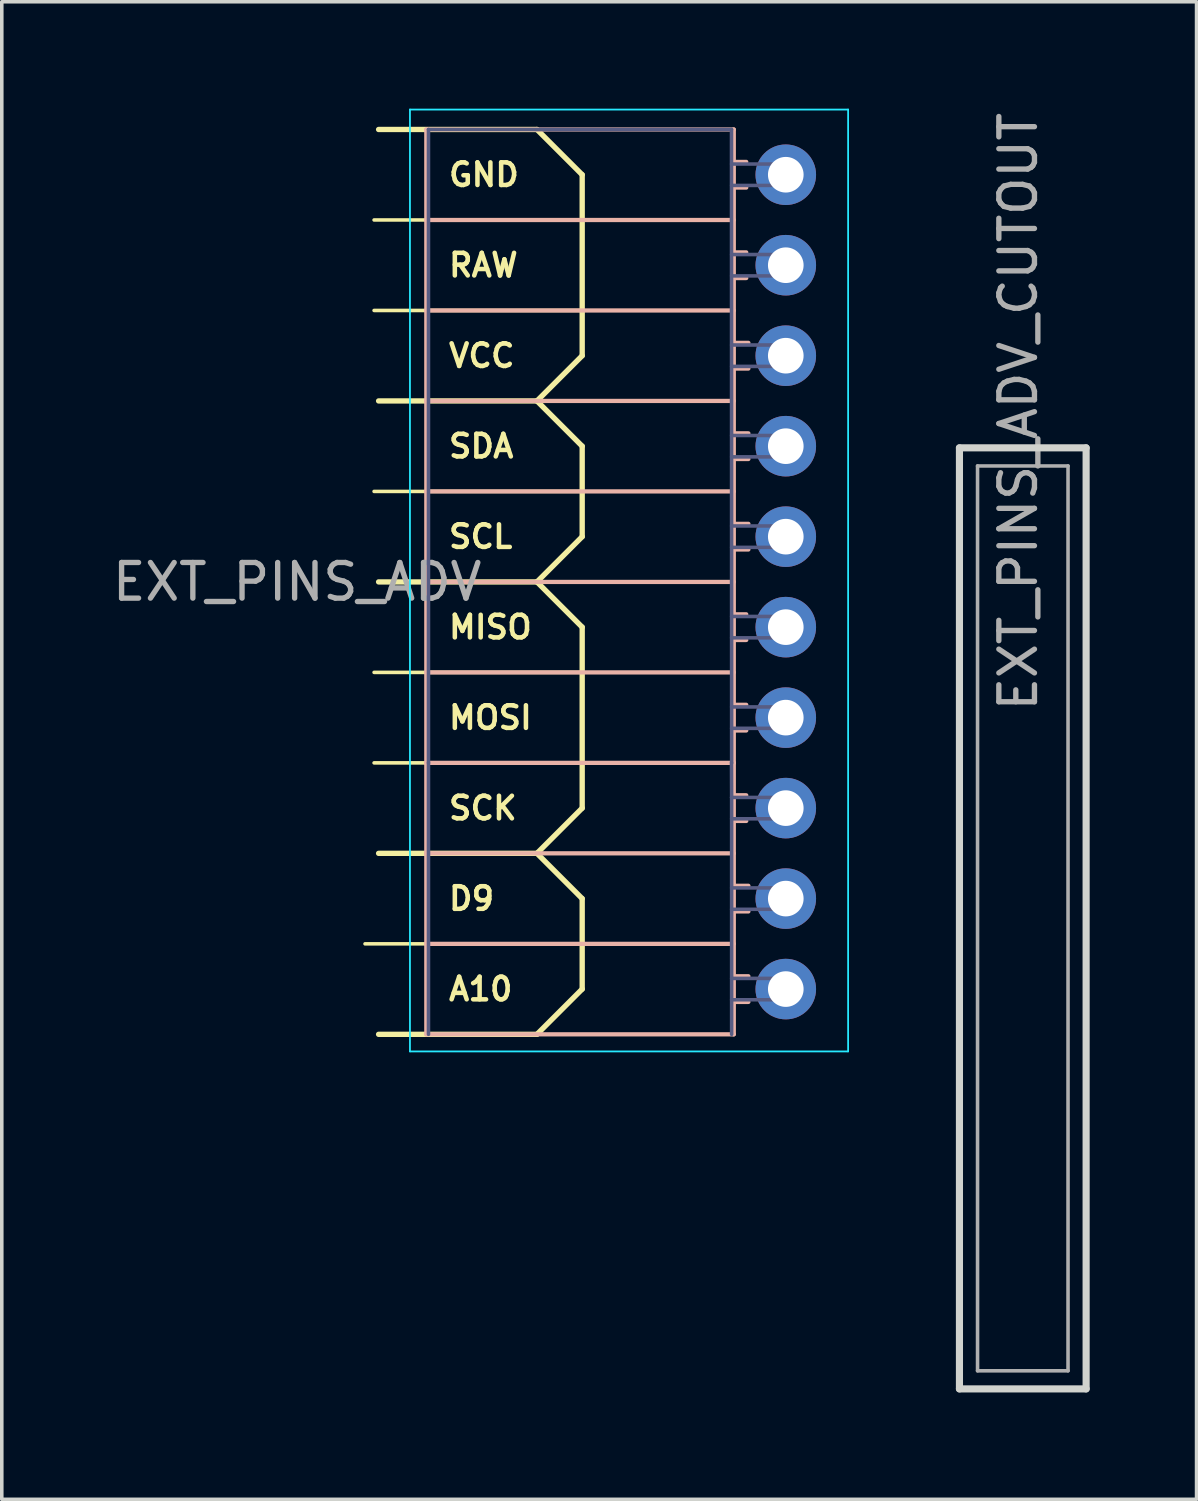
<source format=kicad_pcb>
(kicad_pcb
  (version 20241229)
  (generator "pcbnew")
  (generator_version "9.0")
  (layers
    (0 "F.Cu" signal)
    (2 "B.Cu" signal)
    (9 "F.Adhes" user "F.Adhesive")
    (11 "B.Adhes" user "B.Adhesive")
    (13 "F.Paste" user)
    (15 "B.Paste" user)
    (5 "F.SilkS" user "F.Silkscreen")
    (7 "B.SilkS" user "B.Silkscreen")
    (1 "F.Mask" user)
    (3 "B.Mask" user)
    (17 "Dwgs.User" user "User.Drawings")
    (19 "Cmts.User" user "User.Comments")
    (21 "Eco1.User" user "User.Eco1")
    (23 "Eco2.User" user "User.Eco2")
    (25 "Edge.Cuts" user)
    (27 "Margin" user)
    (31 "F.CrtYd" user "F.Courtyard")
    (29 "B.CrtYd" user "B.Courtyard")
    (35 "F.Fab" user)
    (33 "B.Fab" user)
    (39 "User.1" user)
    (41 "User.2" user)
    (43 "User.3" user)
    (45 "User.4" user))
  (footprint "EXT_PINS_ADV_CUTOUT"
    (layer "F.Cu")
    (at 25.661 22.73)
    (property "Reference" "EXT_PINS_ADV_CUTOUT" (at -0.127 -14.224 90) (layer "F.Fab") (effects (font (size 1 1) (thickness 0.15))))
    (attr through_hole)
    (fp_line (start -1.778 -13.208) (end 1.778 -13.208) (stroke (width 0.2) (type solid)) (layer "Eco1.User"))
    (fp_line (start -1.778 13.208) (end -1.778 -13.208) (stroke (width 0.2) (type solid)) (layer "Eco1.User"))
    (fp_line (start 1.778 -13.208) (end 1.778 13.208) (stroke (width 0.2) (type solid)) (layer "Eco1.User"))
    (fp_line (start 1.778 13.208) (end -1.778 13.208) (stroke (width 0.2) (type solid)) (layer "Eco1.User"))
    (fp_line (start -1.778 -13.208) (end 1.778 -13.208) (stroke (width 0.2) (type solid)) (layer "Edge.Cuts"))
    (fp_line (start -1.778 13.208) (end -1.778 -13.208) (stroke (width 0.2) (type solid)) (layer "Edge.Cuts"))
    (fp_line (start 1.778 -13.208) (end 1.778 13.208) (stroke (width 0.2) (type solid)) (layer "Edge.Cuts"))
    (fp_line (start 1.778 13.208) (end -1.778 13.208) (stroke (width 0.2) (type solid)) (layer "Edge.Cuts"))
    (fp_line (start -1.27 -12.7) (end -1.27 12.7) (stroke (width 0.1) (type solid)) (layer "F.Fab"))
    (fp_line (start -1.27 -12.7) (end 1.27 -12.7) (stroke (width 0.1) (type solid)) (layer "F.Fab"))
    (fp_line (start 1.27 -12.7) (end 1.27 12.7) (stroke (width 0.1) (type solid)) (layer "F.Fab"))
    (fp_line (start 1.27 12.7) (end -1.27 12.7) (stroke (width 0.1) (type solid)) (layer "F.Fab")))
  (footprint "EXT_PINS_ADV"
    (layer "F.Cu")
    (at 10.372 13.285)
    (property "Reference" "EXT_PINS_ADV" (at -5.08 0 180) (layer "F.Fab") (effects (font (size 1 1) (thickness 0.15))))
    (attr through_hole)
    (fp_line (start 1.651 -12.7) (end -2.794 -12.7) (stroke (width 0.15) (type solid)) (layer "F.SilkS"))
    (fp_line (start 1.651 -12.7) (end 2.921 -11.43) (stroke (width 0.15) (type solid)) (layer "F.SilkS"))
    (fp_line (start 1.651 -5.08) (end -2.794 -5.08) (stroke (width 0.15) (type solid)) (layer "F.SilkS"))
    (fp_line (start 1.651 -5.08) (end 2.921 -6.35) (stroke (width 0.15) (type solid)) (layer "F.SilkS"))
    (fp_line (start 1.651 -5.08) (end 2.921 -3.81) (stroke (width 0.15) (type solid)) (layer "F.SilkS"))
    (fp_line (start 1.651 0) (end -2.794 0) (stroke (width 0.15) (type solid)) (layer "F.SilkS"))
    (fp_line (start 1.651 0) (end 2.921 -1.27) (stroke (width 0.15) (type solid)) (layer "F.SilkS"))
    (fp_line (start 1.651 0) (end 2.921 1.27) (stroke (width 0.15) (type solid)) (layer "F.SilkS"))
    (fp_line (start 1.651 7.62) (end -2.794 7.62) (stroke (width 0.15) (type solid)) (layer "F.SilkS"))
    (fp_line (start 1.651 7.62) (end 2.921 6.35) (stroke (width 0.15) (type solid)) (layer "F.SilkS"))
    (fp_line (start 1.651 7.62) (end 2.921 8.89) (stroke (width 0.15) (type solid)) (layer "F.SilkS"))
    (fp_line (start 1.651 12.7) (end -2.794 12.7) (stroke (width 0.15) (type solid)) (layer "F.SilkS"))
    (fp_line (start 1.651 12.7) (end 2.921 11.43) (stroke (width 0.15) (type solid)) (layer "F.SilkS"))
    (fp_line (start 2.921 -10.16) (end -2.921 -10.16) (stroke (width 0.1) (type solid)) (layer "F.SilkS"))
    (fp_line (start 2.921 -7.62) (end -2.921 -7.62) (stroke (width 0.1) (type solid)) (layer "F.SilkS"))
    (fp_line (start 2.921 -6.35) (end 2.921 -11.43) (stroke (width 0.15) (type solid)) (layer "F.SilkS"))
    (fp_line (start 2.921 -2.54) (end -2.921 -2.54) (stroke (width 0.1) (type solid)) (layer "F.SilkS"))
    (fp_line (start 2.921 -1.27) (end 2.921 -3.81) (stroke (width 0.15) (type solid)) (layer "F.SilkS"))
    (fp_line (start 2.921 2.54) (end -2.921 2.54) (stroke (width 0.1) (type solid)) (layer "F.SilkS"))
    (fp_line (start 2.921 5.08) (end -2.921 5.08) (stroke (width 0.1) (type solid)) (layer "F.SilkS"))
    (fp_line (start 2.921 6.35) (end 2.921 1.27) (stroke (width 0.15) (type solid)) (layer "F.SilkS"))
    (fp_line (start 2.921 10.16) (end -3.175 10.16) (stroke (width 0.1) (type solid)) (layer "F.SilkS"))
    (fp_line (start 2.921 11.43) (end 2.921 8.89) (stroke (width 0.15) (type solid)) (layer "F.SilkS"))
    (fp_line (start -1.454 -12.7) (end 7.176 -12.7) (stroke (width 0.12) (type solid)) (layer "B.SilkS"))
    (fp_line (start -1.454 -10.16) (end 7.176 -10.16) (stroke (width 0.12) (type solid)) (layer "B.SilkS"))
    (fp_line (start -1.454 -7.62) (end 7.176 -7.62) (stroke (width 0.12) (type solid)) (layer "B.SilkS"))
    (fp_line (start -1.454 -5.08) (end 7.176 -5.08) (stroke (width 0.12) (type solid)) (layer "B.SilkS"))
    (fp_line (start -1.454 -2.54) (end 7.176 -2.54) (stroke (width 0.12) (type solid)) (layer "B.SilkS"))
    (fp_line (start -1.454 0) (end 7.176 0) (stroke (width 0.12) (type solid)) (layer "B.SilkS"))
    (fp_line (start -1.454 2.54) (end 7.176 2.54) (stroke (width 0.12) (type solid)) (layer "B.SilkS"))
    (fp_line (start -1.454 5.08) (end -1.454 -12.7) (stroke (width 0.12) (type solid)) (layer "B.SilkS"))
    (fp_line (start -1.454 5.08) (end 7.176 5.08) (stroke (width 0.12) (type solid)) (layer "B.SilkS"))
    (fp_line (start -1.454 7.62) (end 7.176 7.62) (stroke (width 0.12) (type solid)) (layer "B.SilkS"))
    (fp_line (start -1.454 10.16) (end 7.176 10.16) (stroke (width 0.12) (type solid)) (layer "B.SilkS"))
    (fp_line (start -1.454 12.7) (end -1.454 5.08) (stroke (width 0.12) (type solid)) (layer "B.SilkS"))
    (fp_line (start -1.454 12.7) (end 7.176 12.7) (stroke (width 0.12) (type solid)) (layer "B.SilkS"))
    (fp_line (start 7.176 -11.79) (end 7.526 -11.79) (stroke (width 0.12) (type solid)) (layer "B.SilkS"))
    (fp_line (start 7.176 -11.07) (end 7.526 -11.07) (stroke (width 0.12) (type solid)) (layer "B.SilkS"))
    (fp_line (start 7.176 -9.25) (end 7.526 -9.25) (stroke (width 0.12) (type solid)) (layer "B.SilkS"))
    (fp_line (start 7.176 -8.53) (end 7.526 -8.53) (stroke (width 0.12) (type solid)) (layer "B.SilkS"))
    (fp_line (start 7.176 -6.71) (end 7.586 -6.71) (stroke (width 0.12) (type solid)) (layer "B.SilkS"))
    (fp_line (start 7.176 -5.99) (end 7.586 -5.99) (stroke (width 0.12) (type solid)) (layer "B.SilkS"))
    (fp_line (start 7.176 -4.17) (end 7.586 -4.17) (stroke (width 0.12) (type solid)) (layer "B.SilkS"))
    (fp_line (start 7.176 -3.45) (end 7.586 -3.45) (stroke (width 0.12) (type solid)) (layer "B.SilkS"))
    (fp_line (start 7.176 -1.63) (end 7.586 -1.63) (stroke (width 0.12) (type solid)) (layer "B.SilkS"))
    (fp_line (start 7.176 -0.91) (end 7.586 -0.91) (stroke (width 0.12) (type solid)) (layer "B.SilkS"))
    (fp_line (start 7.176 0.91) (end 7.526 0.91) (stroke (width 0.12) (type solid)) (layer "B.SilkS"))
    (fp_line (start 7.176 1.63) (end 7.526 1.63) (stroke (width 0.12) (type solid)) (layer "B.SilkS"))
    (fp_line (start 7.176 3.45) (end 7.526 3.45) (stroke (width 0.12) (type solid)) (layer "B.SilkS"))
    (fp_line (start 7.176 4.17) (end 7.526 4.17) (stroke (width 0.12) (type solid)) (layer "B.SilkS"))
    (fp_line (start 7.176 5.08) (end 7.176 -12.7) (stroke (width 0.12) (type solid)) (layer "B.SilkS"))
    (fp_line (start 7.176 5.99) (end 7.526 5.99) (stroke (width 0.12) (type solid)) (layer "B.SilkS"))
    (fp_line (start 7.176 6.71) (end 7.526 6.71) (stroke (width 0.12) (type solid)) (layer "B.SilkS"))
    (fp_line (start 7.176 8.53) (end 7.586 8.53) (stroke (width 0.12) (type solid)) (layer "B.SilkS"))
    (fp_line (start 7.176 9.25) (end 7.586 9.25) (stroke (width 0.12) (type solid)) (layer "B.SilkS"))
    (fp_line (start 7.176 11.07) (end 7.586 11.07) (stroke (width 0.12) (type solid)) (layer "B.SilkS"))
    (fp_line (start 7.176 11.79) (end 7.586 11.79) (stroke (width 0.12) (type solid)) (layer "B.SilkS"))
    (fp_line (start 7.176 12.7) (end 7.176 5.08) (stroke (width 0.12) (type solid)) (layer "B.SilkS"))
    (fp_line (start -1.914 -13.26) (end 10.386 -13.26) (stroke (width 0.05) (type solid)) (layer "B.CrtYd"))
    (fp_line (start -1.914 13.18) (end -1.914 -13.26) (stroke (width 0.05) (type solid)) (layer "B.CrtYd"))
    (fp_line (start 10.386 -13.26) (end 10.386 13.18) (stroke (width 0.05) (type solid)) (layer "B.CrtYd"))
    (fp_line (start 10.386 13.18) (end -1.914 13.18) (stroke (width 0.05) (type solid)) (layer "B.CrtYd"))
    (fp_line (start -1.394 -12.7) (end -1.394 5.08) (stroke (width 0.1) (type solid)) (layer "B.Fab"))
    (fp_line (start -1.394 -12.7) (end 7.112 -12.7) (stroke (width 0.1) (type solid)) (layer "B.Fab"))
    (fp_line (start -1.394 5.08) (end -1.394 12.7) (stroke (width 0.1) (type solid)) (layer "B.Fab"))
    (fp_line (start 7.112 5.08) (end 7.116 6.05) (stroke (width 0.1) (type solid)) (layer "B.Fab"))
    (fp_line (start 7.116 -11.73) (end 8.636 -11.73) (stroke (width 0.1) (type solid)) (layer "B.Fab"))
    (fp_line (start 7.116 -9.19) (end 8.636 -9.19) (stroke (width 0.1) (type solid)) (layer "B.Fab"))
    (fp_line (start 7.116 -6.65) (end 8.636 -6.65) (stroke (width 0.1) (type solid)) (layer "B.Fab"))
    (fp_line (start 7.116 -4.11) (end 8.636 -4.11) (stroke (width 0.1) (type solid)) (layer "B.Fab"))
    (fp_line (start 7.116 -1.57) (end 8.636 -1.57) (stroke (width 0.1) (type solid)) (layer "B.Fab"))
    (fp_line (start 7.116 0.97) (end 8.636 0.97) (stroke (width 0.1) (type solid)) (layer "B.Fab"))
    (fp_line (start 7.116 3.51) (end 8.636 3.51) (stroke (width 0.1) (type solid)) (layer "B.Fab"))
    (fp_line (start 7.116 5.08) (end 7.112 -12.7) (stroke (width 0.1) (type solid)) (layer "B.Fab"))
    (fp_line (start 7.116 6.05) (end 8.636 6.05) (stroke (width 0.1) (type solid)) (layer "B.Fab"))
    (fp_line (start 7.116 8.59) (end 8.636 8.59) (stroke (width 0.1) (type solid)) (layer "B.Fab"))
    (fp_line (start 7.116 11.13) (end 8.636 11.13) (stroke (width 0.1) (type solid)) (layer "B.Fab"))
    (fp_line (start 7.116 12.7) (end 7.116 6.05) (stroke (width 0.1) (type solid)) (layer "B.Fab"))
    (fp_line (start 8.636 -11.73) (end 8.636 -11.13) (stroke (width 0.1) (type solid)) (layer "B.Fab"))
    (fp_line (start 8.636 -11.13) (end 7.116 -11.13) (stroke (width 0.1) (type solid)) (layer "B.Fab"))
    (fp_line (start 8.636 -9.19) (end 8.636 -8.59) (stroke (width 0.1) (type solid)) (layer "B.Fab"))
    (fp_line (start 8.636 -8.59) (end 7.116 -8.59) (stroke (width 0.1) (type solid)) (layer "B.Fab"))
    (fp_line (start 8.636 -6.65) (end 8.636 -6.05) (stroke (width 0.1) (type solid)) (layer "B.Fab"))
    (fp_line (start 8.636 -6.05) (end 7.116 -6.05) (stroke (width 0.1) (type solid)) (layer "B.Fab"))
    (fp_line (start 8.636 -4.11) (end 8.636 -3.51) (stroke (width 0.1) (type solid)) (layer "B.Fab"))
    (fp_line (start 8.636 -3.51) (end 7.116 -3.51) (stroke (width 0.1) (type solid)) (layer "B.Fab"))
    (fp_line (start 8.636 -1.57) (end 8.636 -0.97) (stroke (width 0.1) (type solid)) (layer "B.Fab"))
    (fp_line (start 8.636 -0.97) (end 7.116 -0.97) (stroke (width 0.1) (type solid)) (layer "B.Fab"))
    (fp_line (start 8.636 0.97) (end 8.636 1.57) (stroke (width 0.1) (type solid)) (layer "B.Fab"))
    (fp_line (start 8.636 1.57) (end 7.116 1.57) (stroke (width 0.1) (type solid)) (layer "B.Fab"))
    (fp_line (start 8.636 3.51) (end 8.636 4.11) (stroke (width 0.1) (type solid)) (layer "B.Fab"))
    (fp_line (start 8.636 4.11) (end 7.116 4.11) (stroke (width 0.1) (type solid)) (layer "B.Fab"))
    (fp_line (start 8.636 6.05) (end 8.636 6.65) (stroke (width 0.1) (type solid)) (layer "B.Fab"))
    (fp_line (start 8.636 6.65) (end 7.116 6.65) (stroke (width 0.1) (type solid)) (layer "B.Fab"))
    (fp_line (start 8.636 8.59) (end 8.636 9.19) (stroke (width 0.1) (type solid)) (layer "B.Fab"))
    (fp_line (start 8.636 9.19) (end 7.116 9.19) (stroke (width 0.1) (type solid)) (layer "B.Fab"))
    (fp_line (start 8.636 11.13) (end 8.636 11.73) (stroke (width 0.1) (type solid)) (layer "B.Fab"))
    (fp_line (start 8.636 11.73) (end 7.116 11.73) (stroke (width 0.1) (type solid)) (layer "B.Fab"))
    (fp_text user "VCC" (at -0.889 -6.35 180) (layer "F.SilkS") (effects (font (size 0.635 0.635) (thickness 0.127)) (justify left)))
    (fp_text user "SDA" (at -0.889 -3.81 180) (layer "F.SilkS") (effects (font (size 0.635 0.635) (thickness 0.127)) (justify left)))
    (fp_text user "D9" (at -0.889 8.89 180) (layer "F.SilkS") (effects (font (size 0.635 0.635) (thickness 0.127)) (justify left)))
    (fp_text user "MOSI" (at -0.889 3.81 180) (layer "F.SilkS") (effects (font (size 0.635 0.635) (thickness 0.127)) (justify left)))
    (fp_text user "SCK" (at -0.889 6.35 180) (layer "F.SilkS") (effects (font (size 0.635 0.635) (thickness 0.127)) (justify left)))
    (fp_text user "RAW" (at -0.889 -8.89 180) (layer "F.SilkS") (effects (font (size 0.635 0.635) (thickness 0.127)) (justify left)))
    (fp_text user "MISO" (at -0.889 1.27 180) (layer "F.SilkS") (effects (font (size 0.635 0.635) (thickness 0.127)) (justify left)))
    (fp_text user "GND" (at -0.889 -11.43 180) (layer "F.SilkS") (effects (font (size 0.635 0.635) (thickness 0.127)) (justify left)))
    (fp_text user "SCL" (at -0.889 -1.27 180) (layer "F.SilkS") (effects (font (size 0.635 0.635) (thickness 0.127)) (justify left)))
    (fp_text user "A10" (at -0.889 11.43 180) (layer "F.SilkS") (effects (font (size 0.635 0.635) (thickness 0.127)) (justify left)))
    (pad "1" thru_hole oval (at 8.636 -11.43 180) (size 1.7 1.7) (drill 1) (layers "*.Cu" "*.Mask"))
    (pad "2" thru_hole oval (at 8.636 -8.89 180) (size 1.7 1.7) (drill 1) (layers "*.Cu" "*.Mask"))
    (pad "3" thru_hole oval (at 8.636 -6.35 180) (size 1.7 1.7) (drill 1) (layers "*.Cu" "*.Mask"))
    (pad "4" thru_hole oval (at 8.636 -3.81 180) (size 1.7 1.7) (drill 1) (layers "*.Cu" "*.Mask"))
    (pad "5" thru_hole oval (at 8.636 -1.27 180) (size 1.7 1.7) (drill 1) (layers "*.Cu" "*.Mask"))
    (pad "6" thru_hole circle (at 8.636 1.27 180) (size 1.7 1.7) (drill 1) (layers "*.Cu" "*.Mask"))
    (pad "7" thru_hole circle (at 8.636 3.81 180) (size 1.7 1.7) (drill 1) (layers "*.Cu" "*.Mask"))
    (pad "8" thru_hole oval (at 8.636 6.35 180) (size 1.7 1.7) (drill 1) (layers "*.Cu" "*.Mask"))
    (pad "9" thru_hole oval (at 8.636 8.89 180) (size 1.7 1.7) (drill 1) (layers "*.Cu" "*.Mask"))
    (pad "10" thru_hole oval (at 8.636 11.43 180) (size 1.7 1.7) (drill 1) (layers "*.Cu" "*.Mask")))
  (gr_rect
    (start -3 -3)
    (end 30.539 39.038)
    (stroke (width 0.1) (type default))
    (fill no)
    (layer "Edge.Cuts")))
</source>
